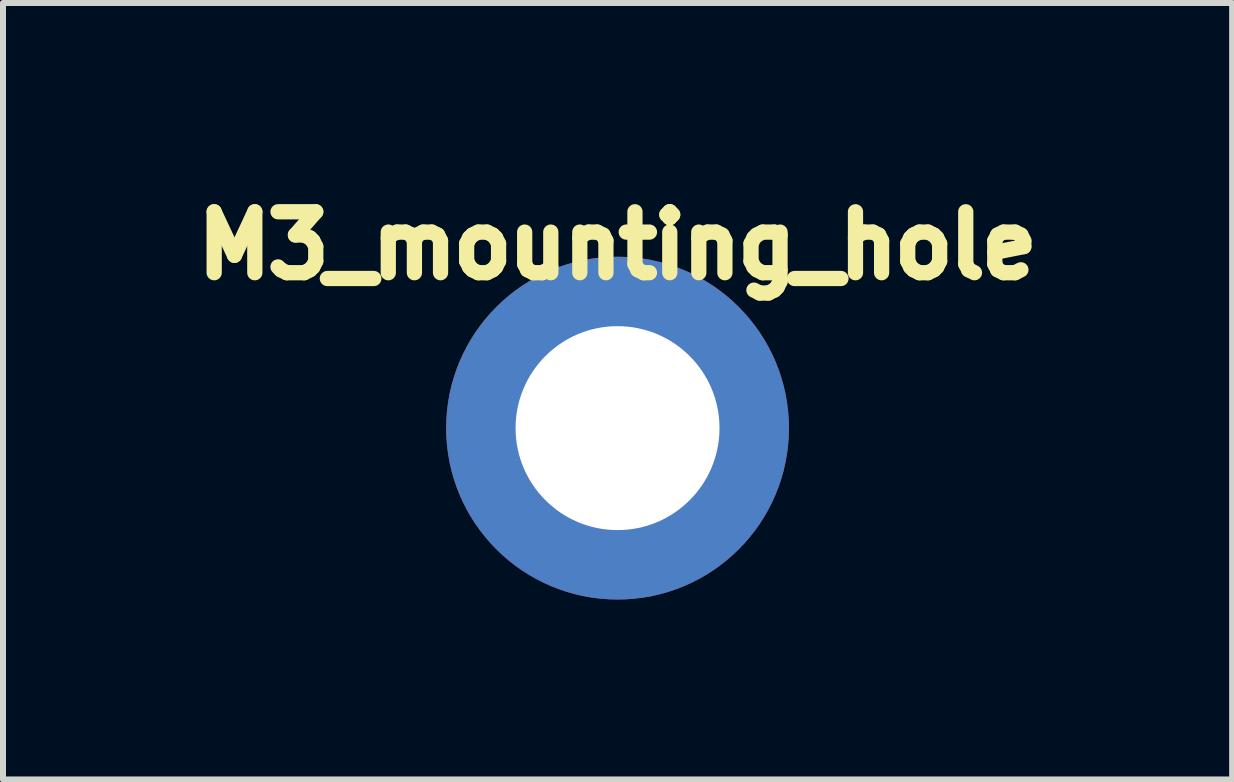
<source format=kicad_pcb>
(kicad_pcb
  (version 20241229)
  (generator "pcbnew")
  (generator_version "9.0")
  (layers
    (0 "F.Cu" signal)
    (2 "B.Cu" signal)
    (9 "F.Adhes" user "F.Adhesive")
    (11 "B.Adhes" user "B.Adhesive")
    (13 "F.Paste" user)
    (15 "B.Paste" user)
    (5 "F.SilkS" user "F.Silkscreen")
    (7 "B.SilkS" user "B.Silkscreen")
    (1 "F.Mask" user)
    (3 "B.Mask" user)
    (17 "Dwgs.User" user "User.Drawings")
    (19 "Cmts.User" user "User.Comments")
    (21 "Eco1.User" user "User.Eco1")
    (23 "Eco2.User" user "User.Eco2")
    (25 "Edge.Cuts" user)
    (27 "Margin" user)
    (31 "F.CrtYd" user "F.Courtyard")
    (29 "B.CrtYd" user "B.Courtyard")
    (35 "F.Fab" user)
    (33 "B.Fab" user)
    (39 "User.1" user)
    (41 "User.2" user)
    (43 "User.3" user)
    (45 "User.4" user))
  (footprint "M3_mounting_hole"
    (layer "F.Cu")
    (at 7.246 4.088)
    (property "Reference" "M3_mounting_hole" (at 0 -3.048 180) (layer "F.SilkS") (effects (font (size 1.016 1.016) (thickness 0.254))))
    (attr through_hole)
    (pad "1" thru_hole circle (at 0 0) (size 5.715 5.715) (drill 3.4) (layers "*.Cu" "*.Mask")))
  (gr_rect
    (start -3 -3)
    (end 17.493 9.946)
    (stroke (width 0.1) (type default))
    (fill no)
    (layer "Edge.Cuts")))
</source>
